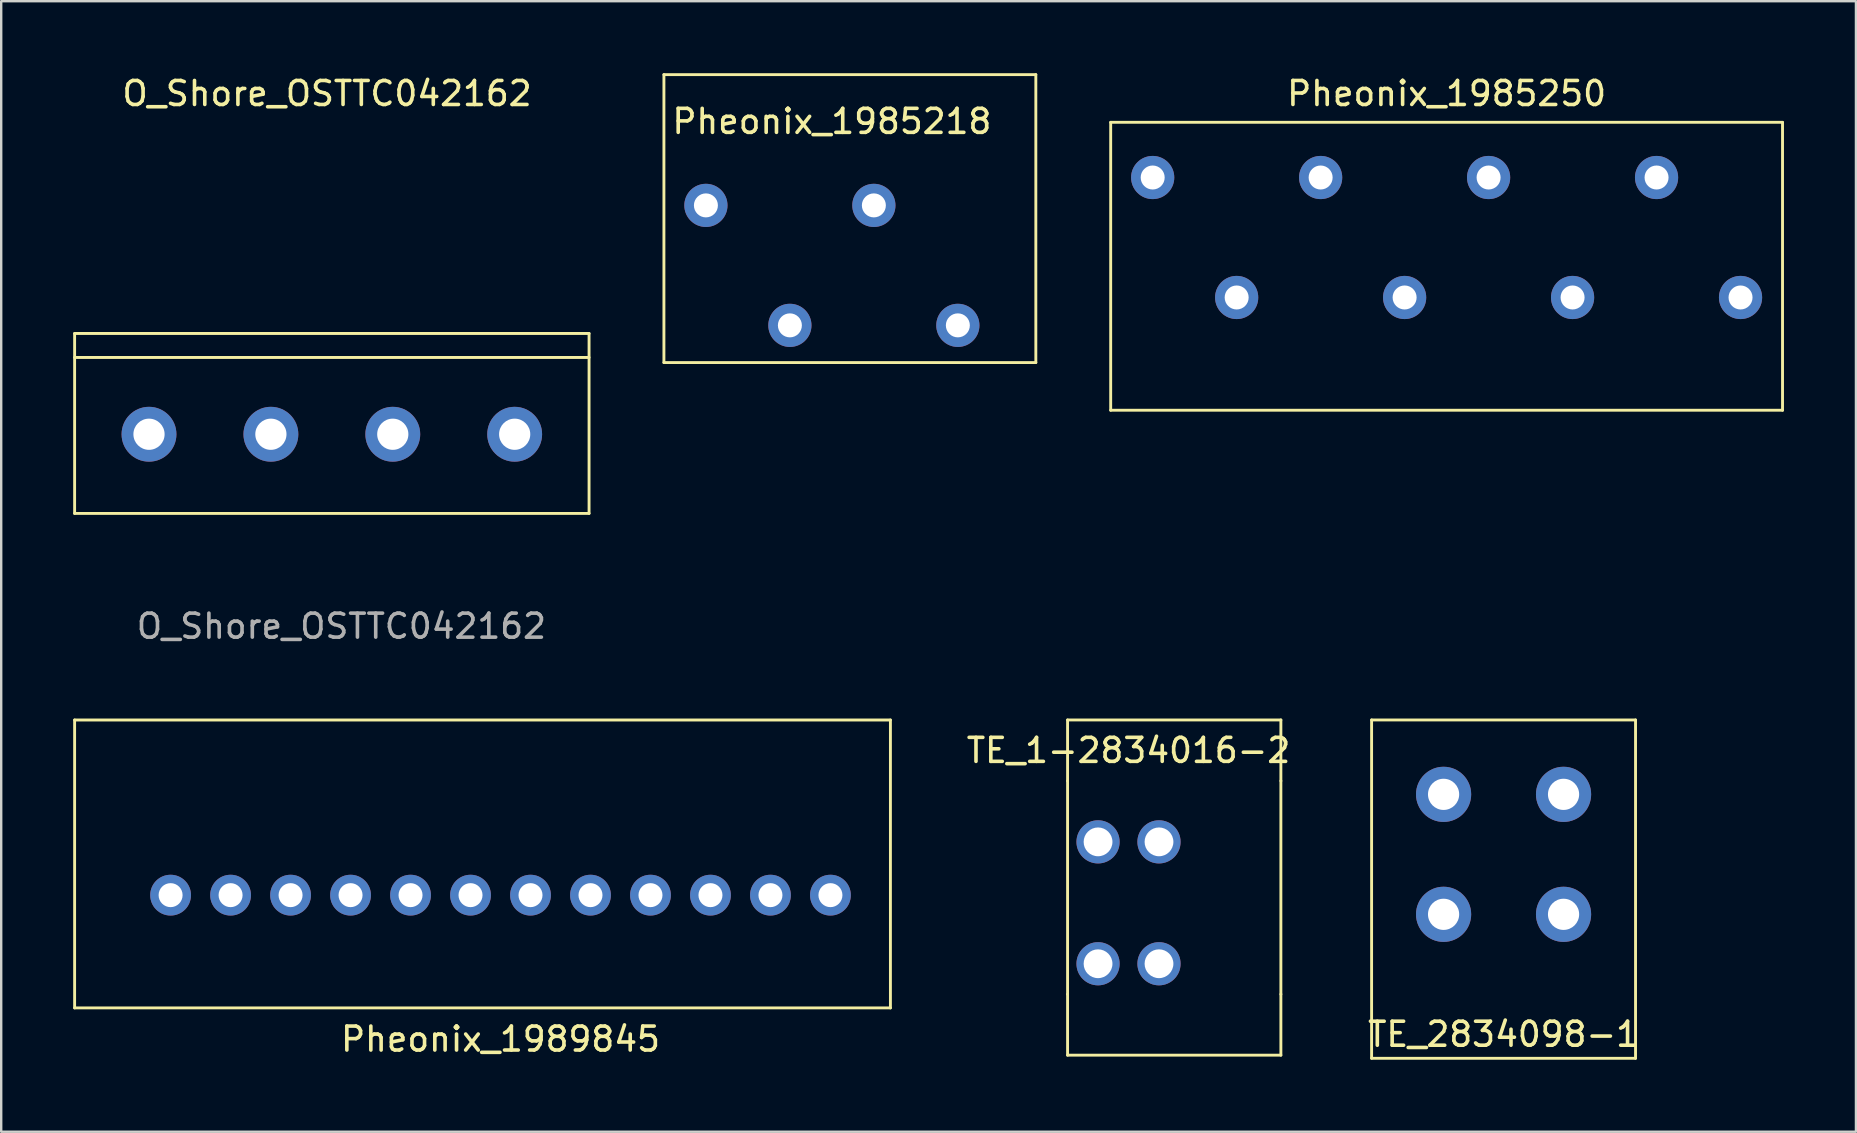
<source format=kicad_pcb>
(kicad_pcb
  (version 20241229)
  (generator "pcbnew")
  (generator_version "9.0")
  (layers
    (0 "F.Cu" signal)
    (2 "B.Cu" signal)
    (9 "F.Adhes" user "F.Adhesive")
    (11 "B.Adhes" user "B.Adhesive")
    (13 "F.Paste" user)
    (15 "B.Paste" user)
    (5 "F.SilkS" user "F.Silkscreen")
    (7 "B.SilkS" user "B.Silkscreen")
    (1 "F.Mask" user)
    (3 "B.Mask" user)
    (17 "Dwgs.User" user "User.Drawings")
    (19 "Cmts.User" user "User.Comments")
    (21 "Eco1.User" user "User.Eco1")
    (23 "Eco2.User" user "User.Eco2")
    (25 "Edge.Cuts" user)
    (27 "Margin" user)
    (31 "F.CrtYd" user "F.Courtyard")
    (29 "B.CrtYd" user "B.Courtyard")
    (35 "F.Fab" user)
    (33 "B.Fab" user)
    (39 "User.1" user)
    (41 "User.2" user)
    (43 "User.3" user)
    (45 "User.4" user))
  (footprint "O_Shore_OSTTC042162"
    (layer "F.Cu")
    (at 10.78 15.048)
    (property "Reference" "O_Shore_OSTTC042162" (at -0.2 -14.2 0) (unlocked yes) (layer "F.SilkS") (effects (font (size 1 1) (thickness 0.15))))
    (attr smd)
    (fp_line (start -10.72 -4.2) (end 10.72 -4.2) (stroke (width 0.12) (type solid)) (layer "F.SilkS"))
    (fp_line (start -10.72 -3.2) (end 10.72 -3.2) (stroke (width 0.12) (type solid)) (layer "F.SilkS"))
    (fp_line (start -10.72 3.3) (end -10.72 -4.2) (stroke (width 0.12) (type solid)) (layer "F.SilkS"))
    (fp_line (start 10.72 -4.2) (end 10.72 3.3) (stroke (width 0.12) (type solid)) (layer "F.SilkS"))
    (fp_line (start 10.72 3.3) (end -10.72 3.3) (stroke (width 0.12) (type solid)) (layer "F.SilkS"))
    (fp_text user "${REFERENCE}" (at 0.4 8 0) (unlocked yes) (layer "F.Fab") (effects (font (size 1 1) (thickness 0.15))))
    (pad "1" thru_hole circle (at -7.62 0) (size 2.286 2.286) (drill 1.3) (layers "*.Cu" "*.Mask"))
    (pad "2" thru_hole circle (at -2.54 0) (size 2.286 2.286) (drill 1.3) (layers "*.Cu" "*.Mask"))
    (pad "3" thru_hole circle (at 2.54 0) (size 2.286 2.286) (drill 1.3) (layers "*.Cu" "*.Mask"))
    (pad "4" thru_hole circle (at 7.62 0) (size 2.286 2.286) (drill 1.3) (layers "*.Cu" "*.Mask")))
  (footprint "Pheonix_1985218"
    (layer "F.Cu")
    (at 31.62 8.01)
    (property "Reference" "Pheonix_1985218" (at 0 -6 0) (layer "F.SilkS") (effects (font (size 1 1) (thickness 0.15))))
    (attr through_hole)
    (fp_line (start -7 -7.95) (end -7 4.05) (stroke (width 0.12) (type solid)) (layer "F.SilkS"))
    (fp_line (start -7 4.05) (end 8.5 4.05) (stroke (width 0.12) (type solid)) (layer "F.SilkS"))
    (fp_line (start 8.5 -7.95) (end -7 -7.95) (stroke (width 0.12) (type solid)) (layer "F.SilkS"))
    (fp_line (start 8.5 -7.95) (end 8.5 4.05) (stroke (width 0.12) (type solid)) (layer "F.SilkS"))
    (pad "1" thru_hole circle (at -5.25 -2.5) (size 1.8 1.8) (drill 1) (layers "*.Cu" "*.Mask"))
    (pad "2" thru_hole circle (at -1.75 2.5) (size 1.8 1.8) (drill 1) (layers "*.Cu" "*.Mask"))
    (pad "3" thru_hole circle (at 1.75 -2.5) (size 1.8 1.8) (drill 1) (layers "*.Cu" "*.Mask"))
    (pad "4" thru_hole circle (at 5.25 2.5) (size 1.8 1.8) (drill 1) (layers "*.Cu" "*.Mask")))
  (footprint "Pheonix_1989845"
    (layer "F.Cu")
    (at 17.81 34.257)
    (property "Reference" "Pheonix_1989845" (at 0 6 0) (layer "F.SilkS") (effects (font (size 1 1) (thickness 0.15))))
    (attr through_hole)
    (fp_line (start -17.75 -7.3) (end 16.25 -7.3) (stroke (width 0.12) (type solid)) (layer "F.SilkS"))
    (fp_line (start -17.75 4.7) (end -17.75 -7.3) (stroke (width 0.12) (type solid)) (layer "F.SilkS"))
    (fp_line (start -17.75 4.7) (end 16.25 4.7) (stroke (width 0.12) (type solid)) (layer "F.SilkS"))
    (fp_line (start 16.25 -7.3) (end 16.25 4.7) (stroke (width 0.12) (type solid)) (layer "F.SilkS"))
    (pad "1" thru_hole circle (at -13.75 0) (size 1.7 1.7) (drill 1) (layers "*.Cu" "*.Mask"))
    (pad "2" thru_hole circle (at -11.25 0) (size 1.7 1.7) (drill 1) (layers "*.Cu" "*.Mask"))
    (pad "3" thru_hole circle (at -8.75 0) (size 1.7 1.7) (drill 1) (layers "*.Cu" "*.Mask"))
    (pad "4" thru_hole circle (at -6.25 0) (size 1.7 1.7) (drill 1) (layers "*.Cu" "*.Mask"))
    (pad "5" thru_hole circle (at -3.75 0) (size 1.7 1.7) (drill 1) (layers "*.Cu" "*.Mask"))
    (pad "6" thru_hole circle (at -1.25 0) (size 1.7 1.7) (drill 1) (layers "*.Cu" "*.Mask"))
    (pad "7" thru_hole circle (at 1.25 0) (size 1.7 1.7) (drill 1) (layers "*.Cu" "*.Mask"))
    (pad "8" thru_hole circle (at 3.75 0) (size 1.7 1.7) (drill 1) (layers "*.Cu" "*.Mask"))
    (pad "9" thru_hole circle (at 6.25 0) (size 1.7 1.7) (drill 1) (layers "*.Cu" "*.Mask"))
    (pad "10" thru_hole circle (at 8.75 0) (size 1.7 1.7) (drill 1) (layers "*.Cu" "*.Mask"))
    (pad "11" thru_hole circle (at 11.25 0) (size 1.7 1.7) (drill 1) (layers "*.Cu" "*.Mask"))
    (pad "12" thru_hole circle (at 13.75 0) (size 1.7 1.7) (drill 1) (layers "*.Cu" "*.Mask")))
  (footprint "Pheonix_1985250"
    (layer "F.Cu")
    (at 57.24 6.848)
    (property "Reference" "Pheonix_1985250" (at 0 -6 0) (layer "F.SilkS") (effects (font (size 1 1) (thickness 0.15))))
    (attr through_hole)
    (fp_line (start -14 -4.8) (end -14 7.2) (stroke (width 0.12) (type solid)) (layer "F.SilkS"))
    (fp_line (start -14 7.2) (end 14 7.2) (stroke (width 0.12) (type solid)) (layer "F.SilkS"))
    (fp_line (start 14 -4.8) (end -14 -4.8) (stroke (width 0.12) (type solid)) (layer "F.SilkS"))
    (fp_line (start 14 -4.8) (end 14 7.2) (stroke (width 0.12) (type solid)) (layer "F.SilkS"))
    (pad "1" thru_hole circle (at -12.25 -2.5) (size 1.8 1.8) (drill 1) (layers "*.Cu" "*.Mask"))
    (pad "2" thru_hole circle (at -8.75 2.5) (size 1.8 1.8) (drill 1) (layers "*.Cu" "*.Mask"))
    (pad "3" thru_hole circle (at -5.25 -2.5) (size 1.8 1.8) (drill 1) (layers "*.Cu" "*.Mask"))
    (pad "4" thru_hole circle (at -1.75 2.5) (size 1.8 1.8) (drill 1) (layers "*.Cu" "*.Mask"))
    (pad "5" thru_hole circle (at 1.75 -2.5) (size 1.8 1.8) (drill 1) (layers "*.Cu" "*.Mask"))
    (pad "6" thru_hole circle (at 5.25 2.5) (size 1.8 1.8) (drill 1) (layers "*.Cu" "*.Mask"))
    (pad "7" thru_hole circle (at 8.75 -2.5) (size 1.8 1.8) (drill 1) (layers "*.Cu" "*.Mask"))
    (pad "8" thru_hole circle (at 12.25 2.5) (size 1.8 1.8) (drill 1) (layers "*.Cu" "*.Mask")))
  (footprint "TE_1-2834016-2"
    (layer "F.Cu")
    (at 43.983 35.846)
    (property "Reference" "TE_1-2834016-2" (at 0 -7.62 0) (layer "F.SilkS") (effects (font (size 1 1) (thickness 0.15))))
    (attr through_hole)
    (fp_line (start -2.54 -8.89) (end 6.35 -8.89) (stroke (width 0.12) (type solid)) (layer "F.SilkS"))
    (fp_line (start -2.54 -6.35) (end -2.54 -8.89) (stroke (width 0.12) (type solid)) (layer "F.SilkS"))
    (fp_line (start -2.54 2.54) (end -2.54 -6.35) (stroke (width 0.12) (type solid)) (layer "F.SilkS"))
    (fp_line (start -2.54 2.54) (end -2.54 5.08) (stroke (width 0.12) (type solid)) (layer "F.SilkS"))
    (fp_line (start -2.54 5.08) (end 6.35 5.08) (stroke (width 0.12) (type solid)) (layer "F.SilkS"))
    (fp_line (start 6.35 -8.89) (end 6.35 -6.35) (stroke (width 0.12) (type solid)) (layer "F.SilkS"))
    (fp_line (start 6.35 -6.35) (end 6.35 2.54) (stroke (width 0.12) (type solid)) (layer "F.SilkS"))
    (fp_line (start 6.35 2.54) (end 6.35 5.08) (stroke (width 0.12) (type solid)) (layer "F.SilkS"))
    (pad "1" thru_hole circle (at -1.27 -3.81) (size 1.8 1.8) (drill 1.2) (layers "*.Cu" "*.Mask"))
    (pad "1" thru_hole circle (at -1.27 1.27) (size 1.8 1.8) (drill 1.2) (layers "*.Cu" "*.Mask"))
    (pad "2" thru_hole circle (at 1.27 -3.81) (size 1.8 1.8) (drill 1.2) (layers "*.Cu" "*.Mask"))
    (pad "2" thru_hole circle (at 1.27 1.27) (size 1.8 1.8) (drill 1.2) (layers "*.Cu" "*.Mask")))
  (footprint "TE_2834098-1"
    (layer "F.Cu")
    (at 59.614 30.056)
    (property "Reference" "TE_2834098-1" (at 0 10 0) (layer "F.SilkS") (effects (font (size 1 1) (thickness 0.15))))
    (attr through_hole)
    (fp_line (start -5.5 -3.1) (end 5.5 -3.1) (stroke (width 0.12) (type solid)) (layer "F.SilkS"))
    (fp_line (start -5.5 11) (end -5.5 -3.1) (stroke (width 0.12) (type solid)) (layer "F.SilkS"))
    (fp_line (start 5.5 -3.1) (end 5.5 11) (stroke (width 0.12) (type solid)) (layer "F.SilkS"))
    (fp_line (start 5.5 11) (end -5.5 11) (stroke (width 0.12) (type solid)) (layer "F.SilkS"))
    (pad "1" thru_hole circle (at -2.5 0) (size 2.3 2.3) (drill 1.3) (layers "*.Cu" "*.Mask"))
    (pad "1" thru_hole circle (at -2.5 5) (size 2.3 2.3) (drill 1.3) (layers "*.Cu" "*.Mask"))
    (pad "2" thru_hole circle (at 2.5 0) (size 2.3 2.3) (drill 1.3) (layers "*.Cu" "*.Mask"))
    (pad "2" thru_hole circle (at 2.5 5) (size 2.3 2.3) (drill 1.3) (layers "*.Cu" "*.Mask")))
  (gr_rect
    (start -3 -3)
    (end 74.3 44.117)
    (stroke (width 0.1) (type default))
    (fill no)
    (layer "Edge.Cuts")))
</source>
